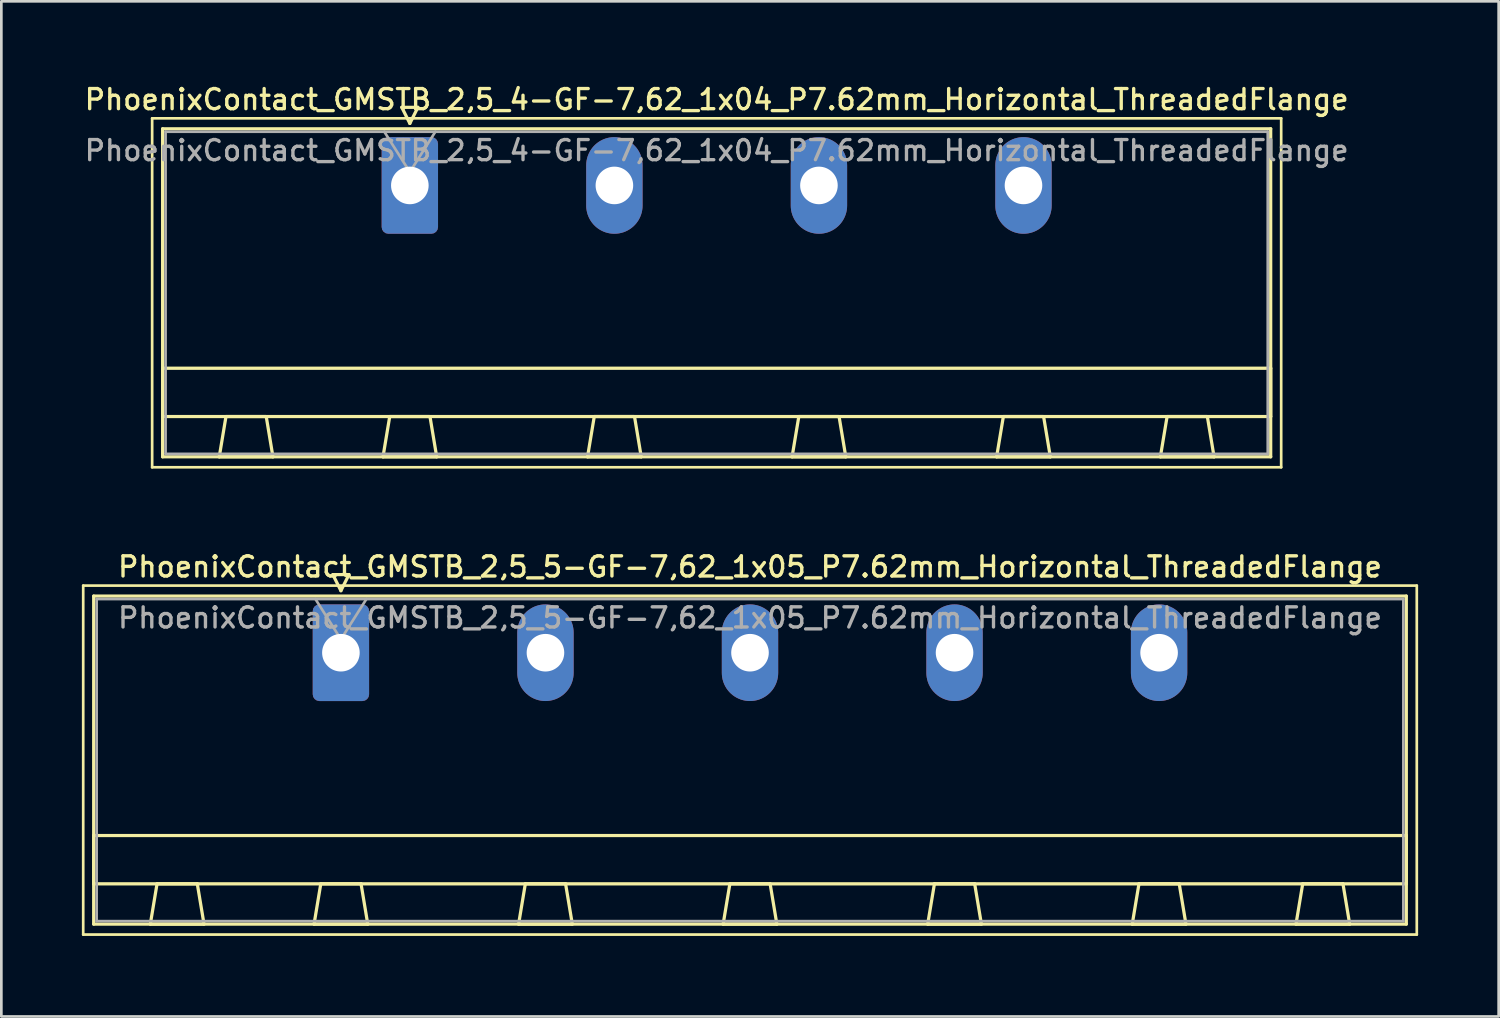
<source format=kicad_pcb>
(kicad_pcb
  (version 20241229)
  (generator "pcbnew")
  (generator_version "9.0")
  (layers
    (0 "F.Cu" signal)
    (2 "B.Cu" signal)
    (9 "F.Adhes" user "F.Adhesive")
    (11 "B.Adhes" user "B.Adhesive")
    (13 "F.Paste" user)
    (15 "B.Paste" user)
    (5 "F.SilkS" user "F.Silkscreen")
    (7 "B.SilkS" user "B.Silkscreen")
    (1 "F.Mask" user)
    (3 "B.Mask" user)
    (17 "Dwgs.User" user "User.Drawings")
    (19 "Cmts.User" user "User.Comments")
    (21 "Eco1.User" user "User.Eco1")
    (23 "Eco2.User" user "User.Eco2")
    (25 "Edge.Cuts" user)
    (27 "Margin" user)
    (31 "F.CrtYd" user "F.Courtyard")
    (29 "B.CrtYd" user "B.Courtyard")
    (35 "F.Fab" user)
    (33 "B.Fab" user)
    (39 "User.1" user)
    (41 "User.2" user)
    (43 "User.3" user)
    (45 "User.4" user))
  (footprint "PhoenixContact_GMSTB_2,5_4-GF-7,62_1x04_P7.62mm_Horizontal_ThreadedFlange"
    (layer "F.Cu")
    (at 12.218 3.858)
    (property "Reference" "PhoenixContact_GMSTB_2,5_4-GF-7,62_1x04_P7.62mm_Horizontal_ThreadedFlange" (at 11.43 -3.2 0) (layer "F.SilkS") (effects (font (size 0.75 0.75) (thickness 0.125))))
    (attr through_hole)
    (fp_line (start -9.6 -2.5) (end -9.6 10.5) (stroke (width 0.1) (type solid)) (layer "F.SilkS"))
    (fp_line (start -9.6 10.5) (end 32.46 10.5) (stroke (width 0.1) (type solid)) (layer "F.SilkS"))
    (fp_line (start -9.21 -2.11) (end -9.21 10.11) (stroke (width 0.12) (type solid)) (layer "F.SilkS"))
    (fp_line (start -9.21 6.81) (end 32.07 6.81) (stroke (width 0.12) (type solid)) (layer "F.SilkS"))
    (fp_line (start -9.21 8.61) (end -9.21 6.81) (stroke (width 0.12) (type solid)) (layer "F.SilkS"))
    (fp_line (start -9.21 10.11) (end 32.07 10.11) (stroke (width 0.12) (type solid)) (layer "F.SilkS"))
    (fp_line (start -7.1 10.11) (end -5.1 10.11) (stroke (width 0.12) (type solid)) (layer "F.SilkS"))
    (fp_line (start -6.85 8.61) (end -7.1 10.11) (stroke (width 0.12) (type solid)) (layer "F.SilkS"))
    (fp_line (start -5.35 8.61) (end -6.85 8.61) (stroke (width 0.12) (type solid)) (layer "F.SilkS"))
    (fp_line (start -5.1 10.11) (end -5.35 8.61) (stroke (width 0.12) (type solid)) (layer "F.SilkS"))
    (fp_line (start -1 10.11) (end 1 10.11) (stroke (width 0.12) (type solid)) (layer "F.SilkS"))
    (fp_line (start -0.75 8.61) (end -1 10.11) (stroke (width 0.12) (type solid)) (layer "F.SilkS"))
    (fp_line (start -0.3 -2.91) (end 0.3 -2.91) (stroke (width 0.12) (type solid)) (layer "F.SilkS"))
    (fp_line (start 0 -2.31) (end -0.3 -2.91) (stroke (width 0.12) (type solid)) (layer "F.SilkS"))
    (fp_line (start 0.3 -2.91) (end 0 -2.31) (stroke (width 0.12) (type solid)) (layer "F.SilkS"))
    (fp_line (start 0.75 8.61) (end -0.75 8.61) (stroke (width 0.12) (type solid)) (layer "F.SilkS"))
    (fp_line (start 1 10.11) (end 0.75 8.61) (stroke (width 0.12) (type solid)) (layer "F.SilkS"))
    (fp_line (start 6.62 10.11) (end 8.62 10.11) (stroke (width 0.12) (type solid)) (layer "F.SilkS"))
    (fp_line (start 6.87 8.61) (end 6.62 10.11) (stroke (width 0.12) (type solid)) (layer "F.SilkS"))
    (fp_line (start 8.37 8.61) (end 6.87 8.61) (stroke (width 0.12) (type solid)) (layer "F.SilkS"))
    (fp_line (start 8.62 10.11) (end 8.37 8.61) (stroke (width 0.12) (type solid)) (layer "F.SilkS"))
    (fp_line (start 14.24 10.11) (end 16.24 10.11) (stroke (width 0.12) (type solid)) (layer "F.SilkS"))
    (fp_line (start 14.49 8.61) (end 14.24 10.11) (stroke (width 0.12) (type solid)) (layer "F.SilkS"))
    (fp_line (start 15.99 8.61) (end 14.49 8.61) (stroke (width 0.12) (type solid)) (layer "F.SilkS"))
    (fp_line (start 16.24 10.11) (end 15.99 8.61) (stroke (width 0.12) (type solid)) (layer "F.SilkS"))
    (fp_line (start 21.86 10.11) (end 23.86 10.11) (stroke (width 0.12) (type solid)) (layer "F.SilkS"))
    (fp_line (start 22.11 8.61) (end 21.86 10.11) (stroke (width 0.12) (type solid)) (layer "F.SilkS"))
    (fp_line (start 23.61 8.61) (end 22.11 8.61) (stroke (width 0.12) (type solid)) (layer "F.SilkS"))
    (fp_line (start 23.86 10.11) (end 23.61 8.61) (stroke (width 0.12) (type solid)) (layer "F.SilkS"))
    (fp_line (start 27.96 10.11) (end 29.96 10.11) (stroke (width 0.12) (type solid)) (layer "F.SilkS"))
    (fp_line (start 28.21 8.61) (end 27.96 10.11) (stroke (width 0.12) (type solid)) (layer "F.SilkS"))
    (fp_line (start 29.71 8.61) (end 28.21 8.61) (stroke (width 0.12) (type solid)) (layer "F.SilkS"))
    (fp_line (start 29.96 10.11) (end 29.71 8.61) (stroke (width 0.12) (type solid)) (layer "F.SilkS"))
    (fp_line (start 32.07 -2.11) (end -9.21 -2.11) (stroke (width 0.12) (type solid)) (layer "F.SilkS"))
    (fp_line (start 32.07 6.81) (end 32.07 8.61) (stroke (width 0.12) (type solid)) (layer "F.SilkS"))
    (fp_line (start 32.07 8.61) (end -9.21 8.61) (stroke (width 0.12) (type solid)) (layer "F.SilkS"))
    (fp_line (start 32.07 10.11) (end 32.07 -2.11) (stroke (width 0.12) (type solid)) (layer "F.SilkS"))
    (fp_line (start 32.46 -2.5) (end -9.6 -2.5) (stroke (width 0.1) (type solid)) (layer "F.SilkS"))
    (fp_line (start 32.46 10.5) (end 32.46 -2.5) (stroke (width 0.1) (type solid)) (layer "F.SilkS"))
    (fp_line (start -9.1 -2) (end -9.1 10) (stroke (width 0.1) (type solid)) (layer "F.Fab"))
    (fp_line (start -9.1 10) (end 31.96 10) (stroke (width 0.1) (type solid)) (layer "F.Fab"))
    (fp_line (start 0 -0.5) (end -0.95 -2) (stroke (width 0.1) (type solid)) (layer "F.Fab"))
    (fp_line (start 0.95 -2) (end 0 -0.5) (stroke (width 0.1) (type solid)) (layer "F.Fab"))
    (fp_line (start 31.96 -2) (end -9.1 -2) (stroke (width 0.1) (type solid)) (layer "F.Fab"))
    (fp_line (start 31.96 10) (end 31.96 -2) (stroke (width 0.1) (type solid)) (layer "F.Fab"))
    (fp_text user "${REFERENCE}" (at 11.43 -1.3 0) (layer "F.Fab") (effects (font (size 0.75 0.75) (thickness 0.125))))
    (pad "1" thru_hole roundrect (at 0 0) (size 2.1 3.6) (drill 1.4) (layers "*.Cu" "*.Mask") (roundrect_rratio 0.119))
    (pad "2" thru_hole oval (at 7.62 0) (size 2.1 3.6) (drill 1.4) (layers "*.Cu" "*.Mask"))
    (pad "3" thru_hole oval (at 15.24 0) (size 2.1 3.6) (drill 1.4) (layers "*.Cu" "*.Mask"))
    (pad "4" thru_hole oval (at 22.86 0) (size 2.1 3.6) (drill 1.4) (layers "*.Cu" "*.Mask")))
  (footprint "PhoenixContact_GMSTB_2,5_5-GF-7,62_1x05_P7.62mm_Horizontal_ThreadedFlange"
    (layer "F.Cu")
    (at 9.65 21.266)
    (property "Reference" "PhoenixContact_GMSTB_2,5_5-GF-7,62_1x05_P7.62mm_Horizontal_ThreadedFlange" (at 15.24 -3.2 0) (layer "F.SilkS") (effects (font (size 0.75 0.75) (thickness 0.125))))
    (attr through_hole)
    (fp_line (start -9.6 -2.5) (end -9.6 10.5) (stroke (width 0.1) (type solid)) (layer "F.SilkS"))
    (fp_line (start -9.6 10.5) (end 40.08 10.5) (stroke (width 0.1) (type solid)) (layer "F.SilkS"))
    (fp_line (start -9.21 -2.11) (end -9.21 10.11) (stroke (width 0.12) (type solid)) (layer "F.SilkS"))
    (fp_line (start -9.21 6.81) (end 39.69 6.81) (stroke (width 0.12) (type solid)) (layer "F.SilkS"))
    (fp_line (start -9.21 8.61) (end -9.21 6.81) (stroke (width 0.12) (type solid)) (layer "F.SilkS"))
    (fp_line (start -9.21 10.11) (end 39.69 10.11) (stroke (width 0.12) (type solid)) (layer "F.SilkS"))
    (fp_line (start -7.1 10.11) (end -5.1 10.11) (stroke (width 0.12) (type solid)) (layer "F.SilkS"))
    (fp_line (start -6.85 8.61) (end -7.1 10.11) (stroke (width 0.12) (type solid)) (layer "F.SilkS"))
    (fp_line (start -5.35 8.61) (end -6.85 8.61) (stroke (width 0.12) (type solid)) (layer "F.SilkS"))
    (fp_line (start -5.1 10.11) (end -5.35 8.61) (stroke (width 0.12) (type solid)) (layer "F.SilkS"))
    (fp_line (start -1 10.11) (end 1 10.11) (stroke (width 0.12) (type solid)) (layer "F.SilkS"))
    (fp_line (start -0.75 8.61) (end -1 10.11) (stroke (width 0.12) (type solid)) (layer "F.SilkS"))
    (fp_line (start -0.3 -2.91) (end 0.3 -2.91) (stroke (width 0.12) (type solid)) (layer "F.SilkS"))
    (fp_line (start 0 -2.31) (end -0.3 -2.91) (stroke (width 0.12) (type solid)) (layer "F.SilkS"))
    (fp_line (start 0.3 -2.91) (end 0 -2.31) (stroke (width 0.12) (type solid)) (layer "F.SilkS"))
    (fp_line (start 0.75 8.61) (end -0.75 8.61) (stroke (width 0.12) (type solid)) (layer "F.SilkS"))
    (fp_line (start 1 10.11) (end 0.75 8.61) (stroke (width 0.12) (type solid)) (layer "F.SilkS"))
    (fp_line (start 6.62 10.11) (end 8.62 10.11) (stroke (width 0.12) (type solid)) (layer "F.SilkS"))
    (fp_line (start 6.87 8.61) (end 6.62 10.11) (stroke (width 0.12) (type solid)) (layer "F.SilkS"))
    (fp_line (start 8.37 8.61) (end 6.87 8.61) (stroke (width 0.12) (type solid)) (layer "F.SilkS"))
    (fp_line (start 8.62 10.11) (end 8.37 8.61) (stroke (width 0.12) (type solid)) (layer "F.SilkS"))
    (fp_line (start 14.24 10.11) (end 16.24 10.11) (stroke (width 0.12) (type solid)) (layer "F.SilkS"))
    (fp_line (start 14.49 8.61) (end 14.24 10.11) (stroke (width 0.12) (type solid)) (layer "F.SilkS"))
    (fp_line (start 15.99 8.61) (end 14.49 8.61) (stroke (width 0.12) (type solid)) (layer "F.SilkS"))
    (fp_line (start 16.24 10.11) (end 15.99 8.61) (stroke (width 0.12) (type solid)) (layer "F.SilkS"))
    (fp_line (start 21.86 10.11) (end 23.86 10.11) (stroke (width 0.12) (type solid)) (layer "F.SilkS"))
    (fp_line (start 22.11 8.61) (end 21.86 10.11) (stroke (width 0.12) (type solid)) (layer "F.SilkS"))
    (fp_line (start 23.61 8.61) (end 22.11 8.61) (stroke (width 0.12) (type solid)) (layer "F.SilkS"))
    (fp_line (start 23.86 10.11) (end 23.61 8.61) (stroke (width 0.12) (type solid)) (layer "F.SilkS"))
    (fp_line (start 29.48 10.11) (end 31.48 10.11) (stroke (width 0.12) (type solid)) (layer "F.SilkS"))
    (fp_line (start 29.73 8.61) (end 29.48 10.11) (stroke (width 0.12) (type solid)) (layer "F.SilkS"))
    (fp_line (start 31.23 8.61) (end 29.73 8.61) (stroke (width 0.12) (type solid)) (layer "F.SilkS"))
    (fp_line (start 31.48 10.11) (end 31.23 8.61) (stroke (width 0.12) (type solid)) (layer "F.SilkS"))
    (fp_line (start 35.58 10.11) (end 37.58 10.11) (stroke (width 0.12) (type solid)) (layer "F.SilkS"))
    (fp_line (start 35.83 8.61) (end 35.58 10.11) (stroke (width 0.12) (type solid)) (layer "F.SilkS"))
    (fp_line (start 37.33 8.61) (end 35.83 8.61) (stroke (width 0.12) (type solid)) (layer "F.SilkS"))
    (fp_line (start 37.58 10.11) (end 37.33 8.61) (stroke (width 0.12) (type solid)) (layer "F.SilkS"))
    (fp_line (start 39.69 -2.11) (end -9.21 -2.11) (stroke (width 0.12) (type solid)) (layer "F.SilkS"))
    (fp_line (start 39.69 6.81) (end 39.69 8.61) (stroke (width 0.12) (type solid)) (layer "F.SilkS"))
    (fp_line (start 39.69 8.61) (end -9.21 8.61) (stroke (width 0.12) (type solid)) (layer "F.SilkS"))
    (fp_line (start 39.69 10.11) (end 39.69 -2.11) (stroke (width 0.12) (type solid)) (layer "F.SilkS"))
    (fp_line (start 40.08 -2.5) (end -9.6 -2.5) (stroke (width 0.1) (type solid)) (layer "F.SilkS"))
    (fp_line (start 40.08 10.5) (end 40.08 -2.5) (stroke (width 0.1) (type solid)) (layer "F.SilkS"))
    (fp_line (start -9.1 -2) (end -9.1 10) (stroke (width 0.1) (type solid)) (layer "F.Fab"))
    (fp_line (start -9.1 10) (end 39.58 10) (stroke (width 0.1) (type solid)) (layer "F.Fab"))
    (fp_line (start 0 -0.5) (end -0.95 -2) (stroke (width 0.1) (type solid)) (layer "F.Fab"))
    (fp_line (start 0.95 -2) (end 0 -0.5) (stroke (width 0.1) (type solid)) (layer "F.Fab"))
    (fp_line (start 39.58 -2) (end -9.1 -2) (stroke (width 0.1) (type solid)) (layer "F.Fab"))
    (fp_line (start 39.58 10) (end 39.58 -2) (stroke (width 0.1) (type solid)) (layer "F.Fab"))
    (fp_text user "${REFERENCE}" (at 15.24 -1.3 0) (layer "F.Fab") (effects (font (size 0.75 0.75) (thickness 0.125))))
    (pad "1" thru_hole roundrect (at 0 0) (size 2.1 3.6) (drill 1.4) (layers "*.Cu" "*.Mask") (roundrect_rratio 0.119))
    (pad "2" thru_hole oval (at 7.62 0) (size 2.1 3.6) (drill 1.4) (layers "*.Cu" "*.Mask"))
    (pad "3" thru_hole oval (at 15.24 0) (size 2.1 3.6) (drill 1.4) (layers "*.Cu" "*.Mask"))
    (pad "4" thru_hole oval (at 22.86 0) (size 2.1 3.6) (drill 1.4) (layers "*.Cu" "*.Mask"))
    (pad "5" thru_hole oval (at 30.48 0) (size 2.1 3.6) (drill 1.4) (layers "*.Cu" "*.Mask")))
  (gr_rect
    (start -3 -3)
    (end 52.78 34.816)
    (stroke (width 0.1) (type default))
    (fill no)
    (layer "Edge.Cuts")))
</source>
